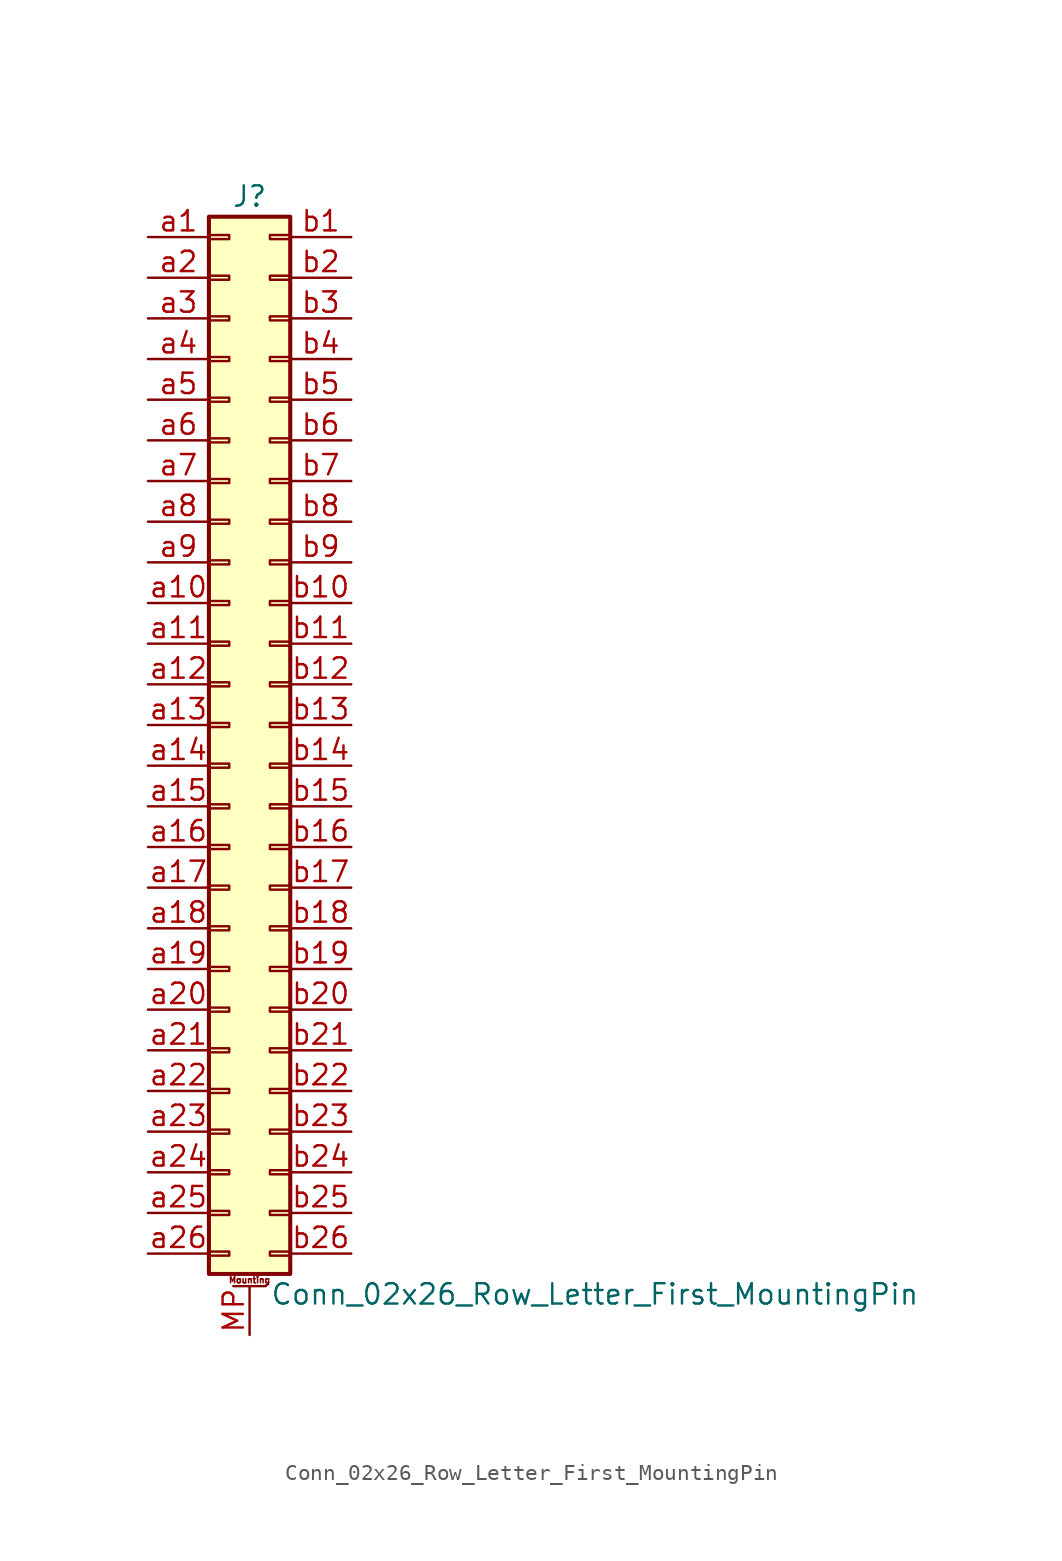
<source format=kicad_sym>
(kicad_symbol_lib
  (version 20201005)
  (generator kicad_symbol_editor)
  (symbol "Conn_02x26_Row_Letter_First_MountingPin"
    (pin_names
      (offset 1.016) hide)
    (property "Reference" "J"
      (at 1.27 33.02 0)
      (effects (font (size 1.27 1.27))))
    (property "Value" "Conn_02x26_Row_Letter_First_MountingPin"
      (at 2.54 -35.56 0)
      (effects (font (size 1.27 1.27)) (justify left)))
    (symbol "Conn_02x26_Row_Letter_First_MountingPin_1_1"
      (text "Mounting" (at 1.27 -34.671 0) (effects (font (size 0.381 0.381))))
      (rectangle (start -1.27 -32.893) (end 0 -33.147) (stroke (width 0.152)) (fill (type none)))
      (rectangle (start -1.27 -30.353) (end 0 -30.607) (stroke (width 0.152)) (fill (type none)))
      (rectangle (start -1.27 -27.813) (end 0 -28.067) (stroke (width 0.152)) (fill (type none)))
      (rectangle (start -1.27 -25.273) (end 0 -25.527) (stroke (width 0.152)) (fill (type none)))
      (rectangle (start -1.27 -22.733) (end 0 -22.987) (stroke (width 0.152)) (fill (type none)))
      (rectangle (start -1.27 -20.193) (end 0 -20.447) (stroke (width 0.152)) (fill (type none)))
      (rectangle (start -1.27 -17.653) (end 0 -17.907) (stroke (width 0.152)) (fill (type none)))
      (rectangle (start -1.27 -15.113) (end 0 -15.367) (stroke (width 0.152)) (fill (type none)))
      (rectangle (start -1.27 -12.573) (end 0 -12.827) (stroke (width 0.152)) (fill (type none)))
      (rectangle (start -1.27 -10.033) (end 0 -10.287) (stroke (width 0.152)) (fill (type none)))
      (rectangle (start -1.27 -7.493) (end 0 -7.747) (stroke (width 0.152)) (fill (type none)))
      (rectangle (start -1.27 -4.953) (end 0 -5.207) (stroke (width 0.152)) (fill (type none)))
      (rectangle (start -1.27 -2.413) (end 0 -2.667) (stroke (width 0.152)) (fill (type none)))
      (rectangle (start -1.27 0.127) (end 0 -0.127) (stroke (width 0.152)) (fill (type none)))
      (rectangle (start -1.27 2.667) (end 0 2.413) (stroke (width 0.152)) (fill (type none)))
      (rectangle (start -1.27 5.207) (end 0 4.953) (stroke (width 0.152)) (fill (type none)))
      (rectangle (start -1.27 7.747) (end 0 7.493) (stroke (width 0.152)) (fill (type none)))
      (rectangle (start -1.27 10.287) (end 0 10.033) (stroke (width 0.152)) (fill (type none)))
      (rectangle (start -1.27 12.827) (end 0 12.573) (stroke (width 0.152)) (fill (type none)))
      (rectangle (start -1.27 15.367) (end 0 15.113) (stroke (width 0.152)) (fill (type none)))
      (rectangle (start -1.27 17.907) (end 0 17.653) (stroke (width 0.152)) (fill (type none)))
      (rectangle (start -1.27 20.447) (end 0 20.193) (stroke (width 0.152)) (fill (type none)))
      (rectangle (start -1.27 22.987) (end 0 22.733) (stroke (width 0.152)) (fill (type none)))
      (rectangle (start -1.27 25.527) (end 0 25.273) (stroke (width 0.152)) (fill (type none)))
      (rectangle (start -1.27 28.067) (end 0 27.813) (stroke (width 0.152)) (fill (type none)))
      (rectangle (start -1.27 30.607) (end 0 30.353) (stroke (width 0.152)) (fill (type none)))
      (rectangle (start -1.27 31.75) (end 3.81 -34.29) (stroke (width 0.254)) (fill (type background)))
      (rectangle (start 3.81 -32.893) (end 2.54 -33.147) (stroke (width 0.152)) (fill (type none)))
      (rectangle (start 3.81 -30.353) (end 2.54 -30.607) (stroke (width 0.152)) (fill (type none)))
      (rectangle (start 3.81 -27.813) (end 2.54 -28.067) (stroke (width 0.152)) (fill (type none)))
      (rectangle (start 3.81 -25.273) (end 2.54 -25.527) (stroke (width 0.152)) (fill (type none)))
      (rectangle (start 3.81 -22.733) (end 2.54 -22.987) (stroke (width 0.152)) (fill (type none)))
      (rectangle (start 3.81 -20.193) (end 2.54 -20.447) (stroke (width 0.152)) (fill (type none)))
      (rectangle (start 3.81 -17.653) (end 2.54 -17.907) (stroke (width 0.152)) (fill (type none)))
      (rectangle (start 3.81 -15.113) (end 2.54 -15.367) (stroke (width 0.152)) (fill (type none)))
      (rectangle (start 3.81 -12.573) (end 2.54 -12.827) (stroke (width 0.152)) (fill (type none)))
      (rectangle (start 3.81 -10.033) (end 2.54 -10.287) (stroke (width 0.152)) (fill (type none)))
      (rectangle (start 3.81 -7.493) (end 2.54 -7.747) (stroke (width 0.152)) (fill (type none)))
      (rectangle (start 3.81 -4.953) (end 2.54 -5.207) (stroke (width 0.152)) (fill (type none)))
      (rectangle (start 3.81 -2.413) (end 2.54 -2.667) (stroke (width 0.152)) (fill (type none)))
      (rectangle (start 3.81 0.127) (end 2.54 -0.127) (stroke (width 0.152)) (fill (type none)))
      (rectangle (start 3.81 2.667) (end 2.54 2.413) (stroke (width 0.152)) (fill (type none)))
      (rectangle (start 3.81 5.207) (end 2.54 4.953) (stroke (width 0.152)) (fill (type none)))
      (rectangle (start 3.81 7.747) (end 2.54 7.493) (stroke (width 0.152)) (fill (type none)))
      (rectangle (start 3.81 10.287) (end 2.54 10.033) (stroke (width 0.152)) (fill (type none)))
      (rectangle (start 3.81 12.827) (end 2.54 12.573) (stroke (width 0.152)) (fill (type none)))
      (rectangle (start 3.81 15.367) (end 2.54 15.113) (stroke (width 0.152)) (fill (type none)))
      (rectangle (start 3.81 17.907) (end 2.54 17.653) (stroke (width 0.152)) (fill (type none)))
      (rectangle (start 3.81 20.447) (end 2.54 20.193) (stroke (width 0.152)) (fill (type none)))
      (rectangle (start 3.81 22.987) (end 2.54 22.733) (stroke (width 0.152)) (fill (type none)))
      (rectangle (start 3.81 25.527) (end 2.54 25.273) (stroke (width 0.152)) (fill (type none)))
      (rectangle (start 3.81 28.067) (end 2.54 27.813) (stroke (width 0.152)) (fill (type none)))
      (rectangle (start 3.81 30.607) (end 2.54 30.353) (stroke (width 0.152)) (fill (type none)))
      (polyline (pts (xy 0.254 -35.052) (xy 2.286 -35.052)) (stroke (width 0.152)) (fill (type none)))
      (pin passive line (at 1.27 -38.1 90) (length 3.048) (name "MountPin" (effects (font (size 1.27 1.27)))) (number "MP" (effects (font (size 1.27 1.27)))))
      (pin passive line (at -5.08 30.48 0) (length 3.81) (name "Pin_a1" (effects (font (size 1.27 1.27)))) (number "a1" (effects (font (size 1.27 1.27)))))
      (pin passive line (at -5.08 7.62 0) (length 3.81) (name "Pin_a10" (effects (font (size 1.27 1.27)))) (number "a10" (effects (font (size 1.27 1.27)))))
      (pin passive line (at -5.08 5.08 0) (length 3.81) (name "Pin_a11" (effects (font (size 1.27 1.27)))) (number "a11" (effects (font (size 1.27 1.27)))))
      (pin passive line (at -5.08 2.54 0) (length 3.81) (name "Pin_a12" (effects (font (size 1.27 1.27)))) (number "a12" (effects (font (size 1.27 1.27)))))
      (pin passive line (at -5.08 0 0) (length 3.81) (name "Pin_a13" (effects (font (size 1.27 1.27)))) (number "a13" (effects (font (size 1.27 1.27)))))
      (pin passive line (at -5.08 -2.54 0) (length 3.81) (name "Pin_a14" (effects (font (size 1.27 1.27)))) (number "a14" (effects (font (size 1.27 1.27)))))
      (pin passive line (at -5.08 -5.08 0) (length 3.81) (name "Pin_a15" (effects (font (size 1.27 1.27)))) (number "a15" (effects (font (size 1.27 1.27)))))
      (pin passive line (at -5.08 -7.62 0) (length 3.81) (name "Pin_a16" (effects (font (size 1.27 1.27)))) (number "a16" (effects (font (size 1.27 1.27)))))
      (pin passive line (at -5.08 -10.16 0) (length 3.81) (name "Pin_a17" (effects (font (size 1.27 1.27)))) (number "a17" (effects (font (size 1.27 1.27)))))
      (pin passive line (at -5.08 -12.7 0) (length 3.81) (name "Pin_a18" (effects (font (size 1.27 1.27)))) (number "a18" (effects (font (size 1.27 1.27)))))
      (pin passive line (at -5.08 -15.24 0) (length 3.81) (name "Pin_a19" (effects (font (size 1.27 1.27)))) (number "a19" (effects (font (size 1.27 1.27)))))
      (pin passive line (at -5.08 27.94 0) (length 3.81) (name "Pin_a2" (effects (font (size 1.27 1.27)))) (number "a2" (effects (font (size 1.27 1.27)))))
      (pin passive line (at -5.08 -17.78 0) (length 3.81) (name "Pin_a20" (effects (font (size 1.27 1.27)))) (number "a20" (effects (font (size 1.27 1.27)))))
      (pin passive line (at -5.08 -20.32 0) (length 3.81) (name "Pin_a21" (effects (font (size 1.27 1.27)))) (number "a21" (effects (font (size 1.27 1.27)))))
      (pin passive line (at -5.08 -22.86 0) (length 3.81) (name "Pin_a22" (effects (font (size 1.27 1.27)))) (number "a22" (effects (font (size 1.27 1.27)))))
      (pin passive line (at -5.08 -25.4 0) (length 3.81) (name "Pin_a23" (effects (font (size 1.27 1.27)))) (number "a23" (effects (font (size 1.27 1.27)))))
      (pin passive line (at -5.08 -27.94 0) (length 3.81) (name "Pin_a24" (effects (font (size 1.27 1.27)))) (number "a24" (effects (font (size 1.27 1.27)))))
      (pin passive line (at -5.08 -30.48 0) (length 3.81) (name "Pin_a25" (effects (font (size 1.27 1.27)))) (number "a25" (effects (font (size 1.27 1.27)))))
      (pin passive line (at -5.08 -33.02 0) (length 3.81) (name "Pin_a26" (effects (font (size 1.27 1.27)))) (number "a26" (effects (font (size 1.27 1.27)))))
      (pin passive line (at -5.08 25.4 0) (length 3.81) (name "Pin_a3" (effects (font (size 1.27 1.27)))) (number "a3" (effects (font (size 1.27 1.27)))))
      (pin passive line (at -5.08 22.86 0) (length 3.81) (name "Pin_a4" (effects (font (size 1.27 1.27)))) (number "a4" (effects (font (size 1.27 1.27)))))
      (pin passive line (at -5.08 20.32 0) (length 3.81) (name "Pin_a5" (effects (font (size 1.27 1.27)))) (number "a5" (effects (font (size 1.27 1.27)))))
      (pin passive line (at -5.08 17.78 0) (length 3.81) (name "Pin_a6" (effects (font (size 1.27 1.27)))) (number "a6" (effects (font (size 1.27 1.27)))))
      (pin passive line (at -5.08 15.24 0) (length 3.81) (name "Pin_a7" (effects (font (size 1.27 1.27)))) (number "a7" (effects (font (size 1.27 1.27)))))
      (pin passive line (at -5.08 12.7 0) (length 3.81) (name "Pin_a8" (effects (font (size 1.27 1.27)))) (number "a8" (effects (font (size 1.27 1.27)))))
      (pin passive line (at -5.08 10.16 0) (length 3.81) (name "Pin_a9" (effects (font (size 1.27 1.27)))) (number "a9" (effects (font (size 1.27 1.27)))))
      (pin passive line (at 7.62 30.48 180) (length 3.81) (name "Pin_b1" (effects (font (size 1.27 1.27)))) (number "b1" (effects (font (size 1.27 1.27)))))
      (pin passive line (at 7.62 7.62 180) (length 3.81) (name "Pin_b10" (effects (font (size 1.27 1.27)))) (number "b10" (effects (font (size 1.27 1.27)))))
      (pin passive line (at 7.62 5.08 180) (length 3.81) (name "Pin_b11" (effects (font (size 1.27 1.27)))) (number "b11" (effects (font (size 1.27 1.27)))))
      (pin passive line (at 7.62 2.54 180) (length 3.81) (name "Pin_b12" (effects (font (size 1.27 1.27)))) (number "b12" (effects (font (size 1.27 1.27)))))
      (pin passive line (at 7.62 0 180) (length 3.81) (name "Pin_b13" (effects (font (size 1.27 1.27)))) (number "b13" (effects (font (size 1.27 1.27)))))
      (pin passive line (at 7.62 -2.54 180) (length 3.81) (name "Pin_b14" (effects (font (size 1.27 1.27)))) (number "b14" (effects (font (size 1.27 1.27)))))
      (pin passive line (at 7.62 -5.08 180) (length 3.81) (name "Pin_b15" (effects (font (size 1.27 1.27)))) (number "b15" (effects (font (size 1.27 1.27)))))
      (pin passive line (at 7.62 -7.62 180) (length 3.81) (name "Pin_b16" (effects (font (size 1.27 1.27)))) (number "b16" (effects (font (size 1.27 1.27)))))
      (pin passive line (at 7.62 -10.16 180) (length 3.81) (name "Pin_b17" (effects (font (size 1.27 1.27)))) (number "b17" (effects (font (size 1.27 1.27)))))
      (pin passive line (at 7.62 -12.7 180) (length 3.81) (name "Pin_b18" (effects (font (size 1.27 1.27)))) (number "b18" (effects (font (size 1.27 1.27)))))
      (pin passive line (at 7.62 -15.24 180) (length 3.81) (name "Pin_b19" (effects (font (size 1.27 1.27)))) (number "b19" (effects (font (size 1.27 1.27)))))
      (pin passive line (at 7.62 27.94 180) (length 3.81) (name "Pin_b2" (effects (font (size 1.27 1.27)))) (number "b2" (effects (font (size 1.27 1.27)))))
      (pin passive line (at 7.62 -17.78 180) (length 3.81) (name "Pin_b20" (effects (font (size 1.27 1.27)))) (number "b20" (effects (font (size 1.27 1.27)))))
      (pin passive line (at 7.62 -20.32 180) (length 3.81) (name "Pin_b21" (effects (font (size 1.27 1.27)))) (number "b21" (effects (font (size 1.27 1.27)))))
      (pin passive line (at 7.62 -22.86 180) (length 3.81) (name "Pin_b22" (effects (font (size 1.27 1.27)))) (number "b22" (effects (font (size 1.27 1.27)))))
      (pin passive line (at 7.62 -25.4 180) (length 3.81) (name "Pin_b23" (effects (font (size 1.27 1.27)))) (number "b23" (effects (font (size 1.27 1.27)))))
      (pin passive line (at 7.62 -27.94 180) (length 3.81) (name "Pin_b24" (effects (font (size 1.27 1.27)))) (number "b24" (effects (font (size 1.27 1.27)))))
      (pin passive line (at 7.62 -30.48 180) (length 3.81) (name "Pin_b25" (effects (font (size 1.27 1.27)))) (number "b25" (effects (font (size 1.27 1.27)))))
      (pin passive line (at 7.62 -33.02 180) (length 3.81) (name "Pin_b26" (effects (font (size 1.27 1.27)))) (number "b26" (effects (font (size 1.27 1.27)))))
      (pin passive line (at 7.62 25.4 180) (length 3.81) (name "Pin_b3" (effects (font (size 1.27 1.27)))) (number "b3" (effects (font (size 1.27 1.27)))))
      (pin passive line (at 7.62 22.86 180) (length 3.81) (name "Pin_b4" (effects (font (size 1.27 1.27)))) (number "b4" (effects (font (size 1.27 1.27)))))
      (pin passive line (at 7.62 20.32 180) (length 3.81) (name "Pin_b5" (effects (font (size 1.27 1.27)))) (number "b5" (effects (font (size 1.27 1.27)))))
      (pin passive line (at 7.62 17.78 180) (length 3.81) (name "Pin_b6" (effects (font (size 1.27 1.27)))) (number "b6" (effects (font (size 1.27 1.27)))))
      (pin passive line (at 7.62 15.24 180) (length 3.81) (name "Pin_b7" (effects (font (size 1.27 1.27)))) (number "b7" (effects (font (size 1.27 1.27)))))
      (pin passive line (at 7.62 12.7 180) (length 3.81) (name "Pin_b8" (effects (font (size 1.27 1.27)))) (number "b8" (effects (font (size 1.27 1.27)))))
      (pin passive line (at 7.62 10.16 180) (length 3.81) (name "Pin_b9" (effects (font (size 1.27 1.27)))) (number "b9" (effects (font (size 1.27 1.27))))))))
</source>
